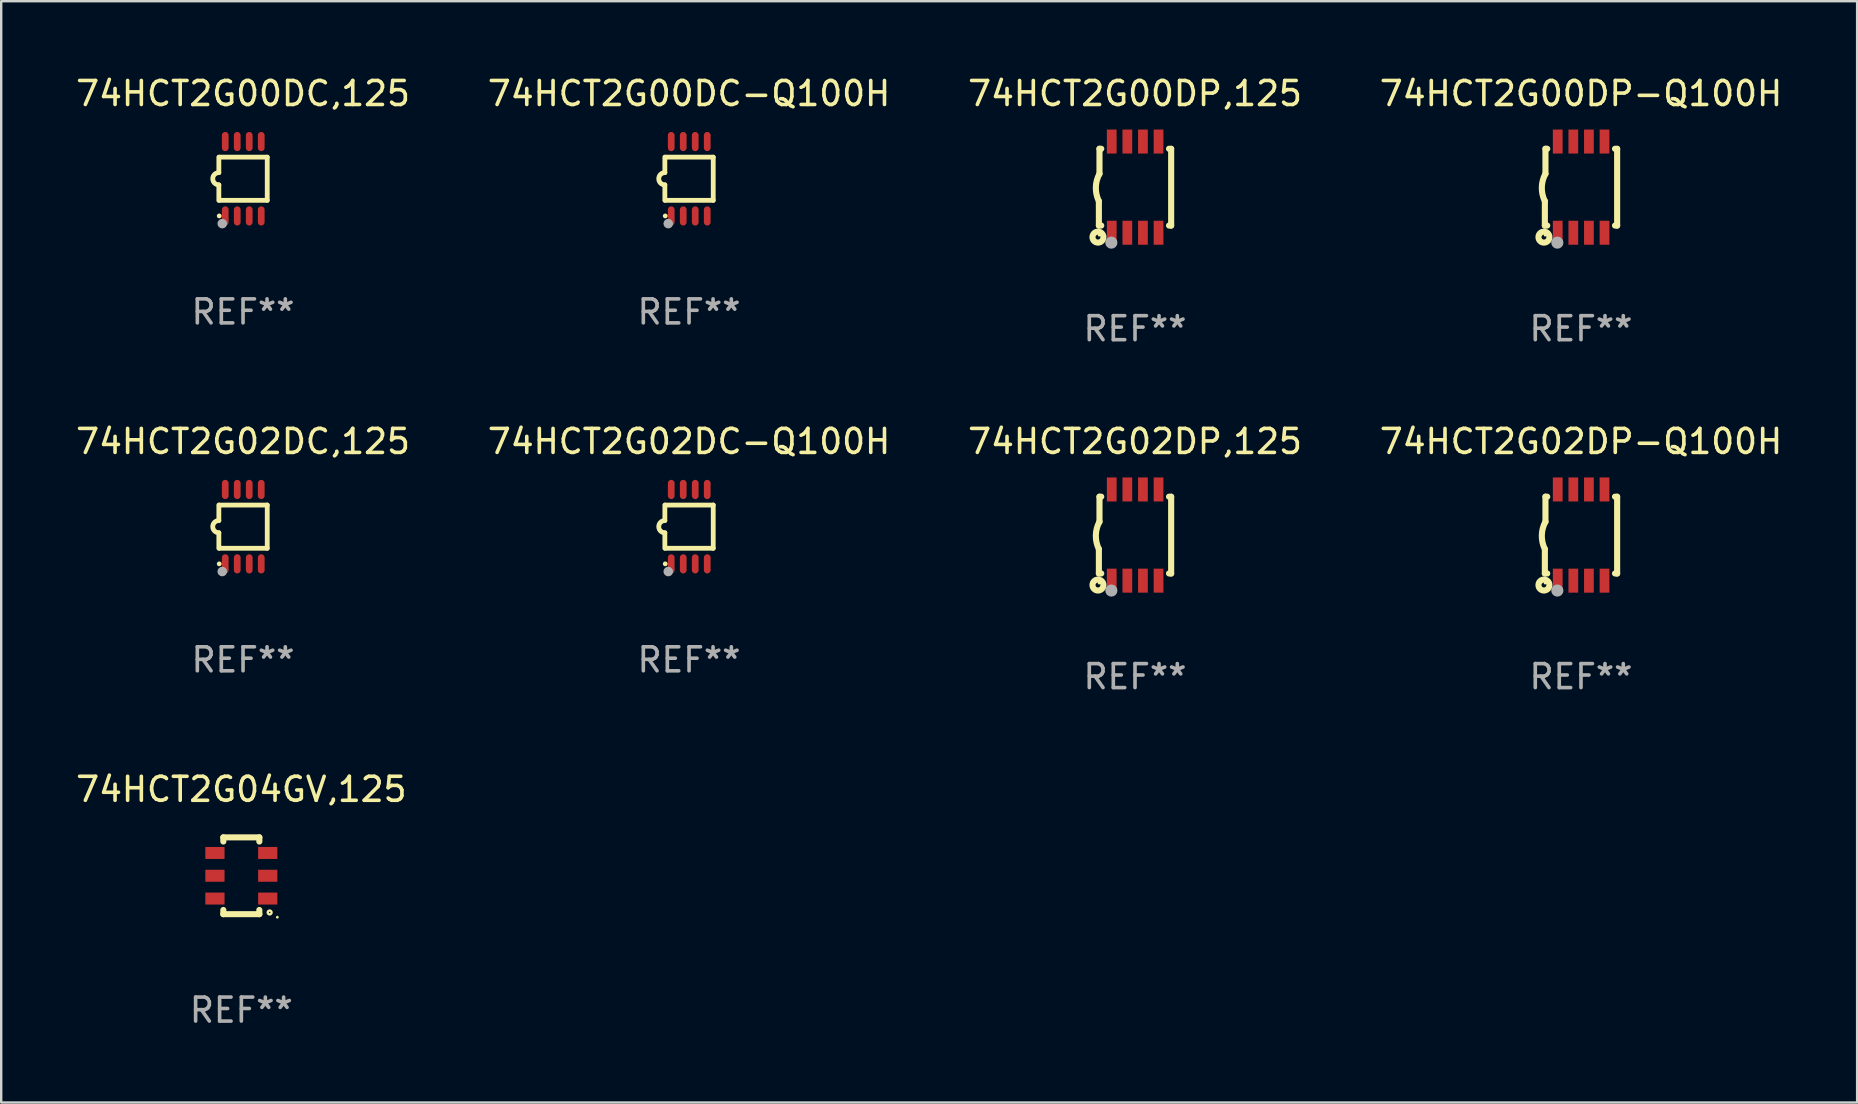
<source format=kicad_pcb>
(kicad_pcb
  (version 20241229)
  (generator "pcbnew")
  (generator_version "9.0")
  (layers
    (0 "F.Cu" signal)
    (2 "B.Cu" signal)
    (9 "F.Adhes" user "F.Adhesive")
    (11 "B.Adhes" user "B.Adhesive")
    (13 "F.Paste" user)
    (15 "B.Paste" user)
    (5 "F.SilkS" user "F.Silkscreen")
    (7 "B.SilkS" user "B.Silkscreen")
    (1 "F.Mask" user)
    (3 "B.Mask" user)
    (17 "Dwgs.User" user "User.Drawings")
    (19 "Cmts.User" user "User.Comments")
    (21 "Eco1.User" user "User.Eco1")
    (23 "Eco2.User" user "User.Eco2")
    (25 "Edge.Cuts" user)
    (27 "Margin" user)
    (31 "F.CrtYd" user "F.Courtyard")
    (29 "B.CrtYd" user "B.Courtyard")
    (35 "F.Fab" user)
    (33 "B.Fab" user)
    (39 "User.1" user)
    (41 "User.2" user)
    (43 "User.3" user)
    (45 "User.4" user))
  (footprint "74HCT2G00DC-Q100H"
    (layer "F.Cu")
    (at 25.661 4.398)
    (property "Reference" "74HCT2G00DC-Q100H" (at 0 -3.55 0) (layer "F.SilkS") (effects (font (size 1 1) (thickness 0.15))))
    (attr through_hole)
    (fp_line (start -1.008 -0.254) (end -1.008 -0.9) (stroke (width 0.2) (type solid)) (layer "F.SilkS"))
    (fp_line (start -1.008 0.254) (end -1.008 0.9) (stroke (width 0.2) (type solid)) (layer "F.SilkS"))
    (fp_line (start -0.992 0.9) (end 1.008 0.9) (stroke (width 0.2) (type solid)) (layer "F.SilkS"))
    (fp_line (start 1.008 -0.9) (end -0.992 -0.9) (stroke (width 0.2) (type solid)) (layer "F.SilkS"))
    (fp_line (start 1.008 0.9) (end 1.008 -0.9) (stroke (width 0.2) (type solid)) (layer "F.SilkS"))
    (fp_arc (start -1.008001 0.254001) (mid -1.262002 0) (end -1.008001 -0.254001) (stroke (width 0.2) (type solid)) (layer "F.SilkS"))
    (fp_circle (center -0.992 1.55) (end -0.942 1.55) (stroke (width 0.1) (type solid)) (fill no) (layer "F.SilkS"))
    (fp_circle (center -0.866 1.87) (end -0.766 1.87) (stroke (width 0.2) (type solid)) (fill no) (layer "F.Fab"))
    (fp_text user "REF**" (at 0 5.55 0) (layer "F.Fab") (effects (font (size 1 1) (thickness 0.15))))
    (pad "1" smd oval (at -0.742 1.55 270) (size 0.8 0.28) (layers "F.Cu" "F.Mask" "F.Paste"))
    (pad "2" smd oval (at -0.242 1.55 270) (size 0.8 0.28) (layers "F.Cu" "F.Mask" "F.Paste"))
    (pad "3" smd oval (at 0.258 1.55 270) (size 0.8 0.28) (layers "F.Cu" "F.Mask" "F.Paste"))
    (pad "4" smd oval (at 0.758 1.55 270) (size 0.8 0.28) (layers "F.Cu" "F.Mask" "F.Paste"))
    (pad "5" smd oval (at 0.758 -1.55 270) (size 0.8 0.28) (layers "F.Cu" "F.Mask" "F.Paste"))
    (pad "6" smd oval (at 0.258 -1.55 270) (size 0.8 0.28) (layers "F.Cu" "F.Mask" "F.Paste"))
    (pad "7" smd oval (at -0.242 -1.55 270) (size 0.8 0.28) (layers "F.Cu" "F.Mask" "F.Paste"))
    (pad "8" smd oval (at -0.742 -1.55 270) (size 0.8 0.28) (layers "F.Cu" "F.Mask" "F.Paste")))
  (footprint "74HCT2G02DC-Q100H"
    (layer "F.Cu")
    (at 25.661 18.895)
    (property "Reference" "74HCT2G02DC-Q100H" (at 0 -3.55 0) (layer "F.SilkS") (effects (font (size 1 1) (thickness 0.15))))
    (attr through_hole)
    (fp_line (start -1.008 -0.254) (end -1.008 -0.9) (stroke (width 0.2) (type solid)) (layer "F.SilkS"))
    (fp_line (start -1.008 0.254) (end -1.008 0.9) (stroke (width 0.2) (type solid)) (layer "F.SilkS"))
    (fp_line (start -0.992 0.9) (end 1.008 0.9) (stroke (width 0.2) (type solid)) (layer "F.SilkS"))
    (fp_line (start 1.008 -0.9) (end -0.992 -0.9) (stroke (width 0.2) (type solid)) (layer "F.SilkS"))
    (fp_line (start 1.008 0.9) (end 1.008 -0.9) (stroke (width 0.2) (type solid)) (layer "F.SilkS"))
    (fp_arc (start -1.008001 0.254001) (mid -1.262002 0) (end -1.008001 -0.254001) (stroke (width 0.2) (type solid)) (layer "F.SilkS"))
    (fp_circle (center -0.992 1.55) (end -0.942 1.55) (stroke (width 0.1) (type solid)) (fill no) (layer "F.SilkS"))
    (fp_circle (center -0.866 1.87) (end -0.766 1.87) (stroke (width 0.2) (type solid)) (fill no) (layer "F.Fab"))
    (fp_text user "REF**" (at 0 5.55 0) (layer "F.Fab") (effects (font (size 1 1) (thickness 0.15))))
    (pad "1" smd oval (at -0.742 1.55 270) (size 0.8 0.28) (layers "F.Cu" "F.Mask" "F.Paste"))
    (pad "2" smd oval (at -0.242 1.55 270) (size 0.8 0.28) (layers "F.Cu" "F.Mask" "F.Paste"))
    (pad "3" smd oval (at 0.258 1.55 270) (size 0.8 0.28) (layers "F.Cu" "F.Mask" "F.Paste"))
    (pad "4" smd oval (at 0.758 1.55 270) (size 0.8 0.28) (layers "F.Cu" "F.Mask" "F.Paste"))
    (pad "5" smd oval (at 0.758 -1.55 270) (size 0.8 0.28) (layers "F.Cu" "F.Mask" "F.Paste"))
    (pad "6" smd oval (at 0.258 -1.55 270) (size 0.8 0.28) (layers "F.Cu" "F.Mask" "F.Paste"))
    (pad "7" smd oval (at -0.242 -1.55 270) (size 0.8 0.28) (layers "F.Cu" "F.Mask" "F.Paste"))
    (pad "8" smd oval (at -0.742 -1.55 270) (size 0.8 0.28) (layers "F.Cu" "F.Mask" "F.Paste")))
  (footprint "74HCT2G02DC,125"
    (layer "F.Cu")
    (at 7.077 18.895)
    (property "Reference" "74HCT2G02DC,125" (at 0 -3.55 0) (layer "F.SilkS") (effects (font (size 1 1) (thickness 0.15))))
    (attr through_hole)
    (fp_line (start -1.008 -0.254) (end -1.008 -0.9) (stroke (width 0.2) (type solid)) (layer "F.SilkS"))
    (fp_line (start -1.008 0.254) (end -1.008 0.9) (stroke (width 0.2) (type solid)) (layer "F.SilkS"))
    (fp_line (start -0.992 0.9) (end 1.008 0.9) (stroke (width 0.2) (type solid)) (layer "F.SilkS"))
    (fp_line (start 1.008 -0.9) (end -0.992 -0.9) (stroke (width 0.2) (type solid)) (layer "F.SilkS"))
    (fp_line (start 1.008 0.9) (end 1.008 -0.9) (stroke (width 0.2) (type solid)) (layer "F.SilkS"))
    (fp_arc (start -1.008001 0.254001) (mid -1.262002 0) (end -1.008001 -0.254001) (stroke (width 0.2) (type solid)) (layer "F.SilkS"))
    (fp_circle (center -0.992 1.55) (end -0.942 1.55) (stroke (width 0.1) (type solid)) (fill no) (layer "F.SilkS"))
    (fp_circle (center -0.866 1.87) (end -0.766 1.87) (stroke (width 0.2) (type solid)) (fill no) (layer "F.Fab"))
    (fp_text user "REF**" (at 0 5.55 0) (layer "F.Fab") (effects (font (size 1 1) (thickness 0.15))))
    (pad "1" smd oval (at -0.742 1.55 270) (size 0.8 0.28) (layers "F.Cu" "F.Mask" "F.Paste"))
    (pad "2" smd oval (at -0.242 1.55 270) (size 0.8 0.28) (layers "F.Cu" "F.Mask" "F.Paste"))
    (pad "3" smd oval (at 0.258 1.55 270) (size 0.8 0.28) (layers "F.Cu" "F.Mask" "F.Paste"))
    (pad "4" smd oval (at 0.758 1.55 270) (size 0.8 0.28) (layers "F.Cu" "F.Mask" "F.Paste"))
    (pad "5" smd oval (at 0.758 -1.55 270) (size 0.8 0.28) (layers "F.Cu" "F.Mask" "F.Paste"))
    (pad "6" smd oval (at 0.258 -1.55 270) (size 0.8 0.28) (layers "F.Cu" "F.Mask" "F.Paste"))
    (pad "7" smd oval (at -0.242 -1.55 270) (size 0.8 0.28) (layers "F.Cu" "F.Mask" "F.Paste"))
    (pad "8" smd oval (at -0.742 -1.55 270) (size 0.8 0.28) (layers "F.Cu" "F.Mask" "F.Paste")))
  (footprint "74HCT2G00DC,125"
    (layer "F.Cu")
    (at 7.077 4.398)
    (property "Reference" "74HCT2G00DC,125" (at 0 -3.55 0) (layer "F.SilkS") (effects (font (size 1 1) (thickness 0.15))))
    (attr through_hole)
    (fp_line (start -1.008 -0.254) (end -1.008 -0.9) (stroke (width 0.2) (type solid)) (layer "F.SilkS"))
    (fp_line (start -1.008 0.254) (end -1.008 0.9) (stroke (width 0.2) (type solid)) (layer "F.SilkS"))
    (fp_line (start -0.992 0.9) (end 1.008 0.9) (stroke (width 0.2) (type solid)) (layer "F.SilkS"))
    (fp_line (start 1.008 -0.9) (end -0.992 -0.9) (stroke (width 0.2) (type solid)) (layer "F.SilkS"))
    (fp_line (start 1.008 0.9) (end 1.008 -0.9) (stroke (width 0.2) (type solid)) (layer "F.SilkS"))
    (fp_arc (start -1.008001 0.254001) (mid -1.262002 0) (end -1.008001 -0.254001) (stroke (width 0.2) (type solid)) (layer "F.SilkS"))
    (fp_circle (center -0.992 1.55) (end -0.942 1.55) (stroke (width 0.1) (type solid)) (fill no) (layer "F.SilkS"))
    (fp_circle (center -0.866 1.87) (end -0.766 1.87) (stroke (width 0.2) (type solid)) (fill no) (layer "F.Fab"))
    (fp_text user "REF**" (at 0 5.55 0) (layer "F.Fab") (effects (font (size 1 1) (thickness 0.15))))
    (pad "1" smd oval (at -0.742 1.55 270) (size 0.8 0.28) (layers "F.Cu" "F.Mask" "F.Paste"))
    (pad "2" smd oval (at -0.242 1.55 270) (size 0.8 0.28) (layers "F.Cu" "F.Mask" "F.Paste"))
    (pad "3" smd oval (at 0.258 1.55 270) (size 0.8 0.28) (layers "F.Cu" "F.Mask" "F.Paste"))
    (pad "4" smd oval (at 0.758 1.55 270) (size 0.8 0.28) (layers "F.Cu" "F.Mask" "F.Paste"))
    (pad "5" smd oval (at 0.758 -1.55 270) (size 0.8 0.28) (layers "F.Cu" "F.Mask" "F.Paste"))
    (pad "6" smd oval (at 0.258 -1.55 270) (size 0.8 0.28) (layers "F.Cu" "F.Mask" "F.Paste"))
    (pad "7" smd oval (at -0.242 -1.55 270) (size 0.8 0.28) (layers "F.Cu" "F.Mask" "F.Paste"))
    (pad "8" smd oval (at -0.742 -1.55 270) (size 0.8 0.28) (layers "F.Cu" "F.Mask" "F.Paste")))
  (footprint "74HCT2G00DP-Q100H"
    (layer "F.Cu")
    (at 62.827 4.748)
    (property "Reference" "74HCT2G00DP-Q100H" (at 0 -3.9 0) (layer "F.SilkS") (effects (font (size 1 1) (thickness 0.15))))
    (attr through_hole)
    (fp_line (start -1.506 1.6) (end -1.506 0.584) (stroke (width 0.254) (type solid)) (layer "F.SilkS"))
    (fp_line (start -1.506 1.6) (end -1.407 1.6) (stroke (width 0.254) (type solid)) (layer "F.SilkS"))
    (fp_line (start -1.481 -1.599) (end -1.481 -0.549) (stroke (width 0.254) (type solid)) (layer "F.SilkS"))
    (fp_line (start -1.481 -1.599) (end -1.407 -1.599) (stroke (width 0.254) (type solid)) (layer "F.SilkS"))
    (fp_line (start 1.417 -1.599) (end 1.506 -1.599) (stroke (width 0.254) (type solid)) (layer "F.SilkS"))
    (fp_line (start 1.417 1.6) (end 1.506 1.6) (stroke (width 0.254) (type solid)) (layer "F.SilkS"))
    (fp_line (start 1.506 1.603) (end 1.506 -1.595) (stroke (width 0.254) (type solid)) (layer "F.SilkS"))
    (fp_arc (start -1.506223 0.584328) (mid -1.632455 0.00974) (end -1.480823 -0.558674) (stroke (width 0.254001) (type solid)) (layer "F.SilkS"))
    (fp_circle (center -1.544 2.083) (end -1.443 2.083) (stroke (width 0.254) (type solid)) (fill no) (layer "F.SilkS"))
    (fp_circle (center -1.495 2) (end -1.465 2) (stroke (width 0.06) (type solid)) (fill no) (layer "F.SilkS"))
    (fp_circle (center -0.986 2.312) (end -0.859 2.312) (stroke (width 0.254) (type solid)) (fill no) (layer "F.Fab"))
    (fp_text user "REF**" (at 0 5.9 0) (layer "F.Fab") (effects (font (size 1 1) (thickness 0.15))))
    (pad "1" smd rect (at -0.97 1.9 90) (size 1 0.406) (layers "F.Cu" "F.Mask" "F.Paste"))
    (pad "2" smd rect (at -0.32 1.9 90) (size 1 0.406) (layers "F.Cu" "F.Mask" "F.Paste"))
    (pad "3" smd rect (at 0.33 1.9 90) (size 1 0.406) (layers "F.Cu" "F.Mask" "F.Paste"))
    (pad "4" smd rect (at 0.98 1.9 90) (size 1 0.406) (layers "F.Cu" "F.Mask" "F.Paste"))
    (pad "5" smd rect (at 0.98 -1.9 90) (size 1 0.406) (layers "F.Cu" "F.Mask" "F.Paste"))
    (pad "6" smd rect (at 0.33 -1.9 90) (size 1 0.406) (layers "F.Cu" "F.Mask" "F.Paste"))
    (pad "7" smd rect (at -0.32 -1.9 90) (size 1 0.406) (layers "F.Cu" "F.Mask" "F.Paste"))
    (pad "8" smd rect (at -0.97 -1.9 90) (size 1 0.406) (layers "F.Cu" "F.Mask" "F.Paste")))
  (footprint "74HCT2G00DP,125"
    (layer "F.Cu")
    (at 44.244 4.748)
    (property "Reference" "74HCT2G00DP,125" (at 0 -3.9 0) (layer "F.SilkS") (effects (font (size 1 1) (thickness 0.15))))
    (attr through_hole)
    (fp_line (start -1.506 1.6) (end -1.506 0.584) (stroke (width 0.254) (type solid)) (layer "F.SilkS"))
    (fp_line (start -1.506 1.6) (end -1.407 1.6) (stroke (width 0.254) (type solid)) (layer "F.SilkS"))
    (fp_line (start -1.481 -1.599) (end -1.481 -0.549) (stroke (width 0.254) (type solid)) (layer "F.SilkS"))
    (fp_line (start -1.481 -1.599) (end -1.407 -1.599) (stroke (width 0.254) (type solid)) (layer "F.SilkS"))
    (fp_line (start 1.417 -1.599) (end 1.506 -1.599) (stroke (width 0.254) (type solid)) (layer "F.SilkS"))
    (fp_line (start 1.417 1.6) (end 1.506 1.6) (stroke (width 0.254) (type solid)) (layer "F.SilkS"))
    (fp_line (start 1.506 1.603) (end 1.506 -1.595) (stroke (width 0.254) (type solid)) (layer "F.SilkS"))
    (fp_arc (start -1.506223 0.584328) (mid -1.632455 0.00974) (end -1.480823 -0.558674) (stroke (width 0.254001) (type solid)) (layer "F.SilkS"))
    (fp_circle (center -1.544 2.083) (end -1.443 2.083) (stroke (width 0.254) (type solid)) (fill no) (layer "F.SilkS"))
    (fp_circle (center -1.495 2) (end -1.465 2) (stroke (width 0.06) (type solid)) (fill no) (layer "F.SilkS"))
    (fp_circle (center -0.986 2.312) (end -0.859 2.312) (stroke (width 0.254) (type solid)) (fill no) (layer "F.Fab"))
    (fp_text user "REF**" (at 0 5.9 0) (layer "F.Fab") (effects (font (size 1 1) (thickness 0.15))))
    (pad "1" smd rect (at -0.97 1.9 90) (size 1 0.406) (layers "F.Cu" "F.Mask" "F.Paste"))
    (pad "2" smd rect (at -0.32 1.9 90) (size 1 0.406) (layers "F.Cu" "F.Mask" "F.Paste"))
    (pad "3" smd rect (at 0.33 1.9 90) (size 1 0.406) (layers "F.Cu" "F.Mask" "F.Paste"))
    (pad "4" smd rect (at 0.98 1.9 90) (size 1 0.406) (layers "F.Cu" "F.Mask" "F.Paste"))
    (pad "5" smd rect (at 0.98 -1.9 90) (size 1 0.406) (layers "F.Cu" "F.Mask" "F.Paste"))
    (pad "6" smd rect (at 0.33 -1.9 90) (size 1 0.406) (layers "F.Cu" "F.Mask" "F.Paste"))
    (pad "7" smd rect (at -0.32 -1.9 90) (size 1 0.406) (layers "F.Cu" "F.Mask" "F.Paste"))
    (pad "8" smd rect (at -0.97 -1.9 90) (size 1 0.406) (layers "F.Cu" "F.Mask" "F.Paste")))
  (footprint "74HCT2G02DP-Q100H"
    (layer "F.Cu")
    (at 62.827 19.245)
    (property "Reference" "74HCT2G02DP-Q100H" (at 0 -3.9 0) (layer "F.SilkS") (effects (font (size 1 1) (thickness 0.15))))
    (attr through_hole)
    (fp_line (start -1.506 1.6) (end -1.506 0.584) (stroke (width 0.254) (type solid)) (layer "F.SilkS"))
    (fp_line (start -1.506 1.6) (end -1.407 1.6) (stroke (width 0.254) (type solid)) (layer "F.SilkS"))
    (fp_line (start -1.481 -1.599) (end -1.481 -0.549) (stroke (width 0.254) (type solid)) (layer "F.SilkS"))
    (fp_line (start -1.481 -1.599) (end -1.407 -1.599) (stroke (width 0.254) (type solid)) (layer "F.SilkS"))
    (fp_line (start 1.417 -1.599) (end 1.506 -1.599) (stroke (width 0.254) (type solid)) (layer "F.SilkS"))
    (fp_line (start 1.417 1.6) (end 1.506 1.6) (stroke (width 0.254) (type solid)) (layer "F.SilkS"))
    (fp_line (start 1.506 1.603) (end 1.506 -1.595) (stroke (width 0.254) (type solid)) (layer "F.SilkS"))
    (fp_arc (start -1.506223 0.584328) (mid -1.632455 0.00974) (end -1.480823 -0.558674) (stroke (width 0.254001) (type solid)) (layer "F.SilkS"))
    (fp_circle (center -1.544 2.083) (end -1.443 2.083) (stroke (width 0.254) (type solid)) (fill no) (layer "F.SilkS"))
    (fp_circle (center -1.495 2) (end -1.465 2) (stroke (width 0.06) (type solid)) (fill no) (layer "F.SilkS"))
    (fp_circle (center -0.986 2.312) (end -0.859 2.312) (stroke (width 0.254) (type solid)) (fill no) (layer "F.Fab"))
    (fp_text user "REF**" (at 0 5.9 0) (layer "F.Fab") (effects (font (size 1 1) (thickness 0.15))))
    (pad "1" smd rect (at -0.97 1.9 90) (size 1 0.406) (layers "F.Cu" "F.Mask" "F.Paste"))
    (pad "2" smd rect (at -0.32 1.9 90) (size 1 0.406) (layers "F.Cu" "F.Mask" "F.Paste"))
    (pad "3" smd rect (at 0.33 1.9 90) (size 1 0.406) (layers "F.Cu" "F.Mask" "F.Paste"))
    (pad "4" smd rect (at 0.98 1.9 90) (size 1 0.406) (layers "F.Cu" "F.Mask" "F.Paste"))
    (pad "5" smd rect (at 0.98 -1.9 90) (size 1 0.406) (layers "F.Cu" "F.Mask" "F.Paste"))
    (pad "6" smd rect (at 0.33 -1.9 90) (size 1 0.406) (layers "F.Cu" "F.Mask" "F.Paste"))
    (pad "7" smd rect (at -0.32 -1.9 90) (size 1 0.406) (layers "F.Cu" "F.Mask" "F.Paste"))
    (pad "8" smd rect (at -0.97 -1.9 90) (size 1 0.406) (layers "F.Cu" "F.Mask" "F.Paste")))
  (footprint "74HCT2G02DP,125"
    (layer "F.Cu")
    (at 44.244 19.245)
    (property "Reference" "74HCT2G02DP,125" (at 0 -3.9 0) (layer "F.SilkS") (effects (font (size 1 1) (thickness 0.15))))
    (attr through_hole)
    (fp_line (start -1.506 1.6) (end -1.506 0.584) (stroke (width 0.254) (type solid)) (layer "F.SilkS"))
    (fp_line (start -1.506 1.6) (end -1.407 1.6) (stroke (width 0.254) (type solid)) (layer "F.SilkS"))
    (fp_line (start -1.481 -1.599) (end -1.481 -0.549) (stroke (width 0.254) (type solid)) (layer "F.SilkS"))
    (fp_line (start -1.481 -1.599) (end -1.407 -1.599) (stroke (width 0.254) (type solid)) (layer "F.SilkS"))
    (fp_line (start 1.417 -1.599) (end 1.506 -1.599) (stroke (width 0.254) (type solid)) (layer "F.SilkS"))
    (fp_line (start 1.417 1.6) (end 1.506 1.6) (stroke (width 0.254) (type solid)) (layer "F.SilkS"))
    (fp_line (start 1.506 1.603) (end 1.506 -1.595) (stroke (width 0.254) (type solid)) (layer "F.SilkS"))
    (fp_arc (start -1.506223 0.584328) (mid -1.632455 0.00974) (end -1.480823 -0.558674) (stroke (width 0.254001) (type solid)) (layer "F.SilkS"))
    (fp_circle (center -1.544 2.083) (end -1.443 2.083) (stroke (width 0.254) (type solid)) (fill no) (layer "F.SilkS"))
    (fp_circle (center -1.495 2) (end -1.465 2) (stroke (width 0.06) (type solid)) (fill no) (layer "F.SilkS"))
    (fp_circle (center -0.986 2.312) (end -0.859 2.312) (stroke (width 0.254) (type solid)) (fill no) (layer "F.Fab"))
    (fp_text user "REF**" (at 0 5.9 0) (layer "F.Fab") (effects (font (size 1 1) (thickness 0.15))))
    (pad "1" smd rect (at -0.97 1.9 90) (size 1 0.406) (layers "F.Cu" "F.Mask" "F.Paste"))
    (pad "2" smd rect (at -0.32 1.9 90) (size 1 0.406) (layers "F.Cu" "F.Mask" "F.Paste"))
    (pad "3" smd rect (at 0.33 1.9 90) (size 1 0.406) (layers "F.Cu" "F.Mask" "F.Paste"))
    (pad "4" smd rect (at 0.98 1.9 90) (size 1 0.406) (layers "F.Cu" "F.Mask" "F.Paste"))
    (pad "5" smd rect (at 0.98 -1.9 90) (size 1 0.406) (layers "F.Cu" "F.Mask" "F.Paste"))
    (pad "6" smd rect (at 0.33 -1.9 90) (size 1 0.406) (layers "F.Cu" "F.Mask" "F.Paste"))
    (pad "7" smd rect (at -0.32 -1.9 90) (size 1 0.406) (layers "F.Cu" "F.Mask" "F.Paste"))
    (pad "8" smd rect (at -0.97 -1.9 90) (size 1 0.406) (layers "F.Cu" "F.Mask" "F.Paste")))
  (footprint "74HCT2G04GV,125"
    (layer "F.Cu")
    (at 7.006 33.441)
    (property "Reference" "74HCT2G04GV,125" (at 0 -3.6 0) (layer "F.SilkS") (effects (font (size 1 1) (thickness 0.15))))
    (attr through_hole)
    (fp_line (start -0.75 -1.6) (end -0.75 -1.426) (stroke (width 0.254) (type solid)) (layer "F.SilkS"))
    (fp_line (start -0.75 -1.6) (end 0.75 -1.6) (stroke (width 0.254) (type solid)) (layer "F.SilkS"))
    (fp_line (start -0.75 1.426) (end -0.75 1.6) (stroke (width 0.254) (type solid)) (layer "F.SilkS"))
    (fp_line (start -0.75 1.6) (end 0.75 1.6) (stroke (width 0.254) (type solid)) (layer "F.SilkS"))
    (fp_line (start 0.75 -1.6) (end 0.75 -1.426) (stroke (width 0.254) (type solid)) (layer "F.SilkS"))
    (fp_line (start 0.75 1.426) (end 0.75 1.6) (stroke (width 0.254) (type solid)) (layer "F.SilkS"))
    (fp_circle (center 1.18 1.53) (end 1.26 1.53) (stroke (width 0.1) (type solid)) (fill no) (layer "F.SilkS"))
    (fp_circle (center 1.5 1.727) (end 1.53 1.727) (stroke (width 0.06) (type solid)) (fill no) (layer "F.SilkS"))
    (fp_text user "REF**" (at 0 5.6 0) (layer "F.Fab") (effects (font (size 1 1) (thickness 0.15))))
    (pad "1" smd rect (at 1.1 0.95 90) (size 0.5 0.8) (layers "F.Cu" "F.Mask" "F.Paste"))
    (pad "2" smd rect (at 1.1 0 90) (size 0.5 0.8) (layers "F.Cu" "F.Mask" "F.Paste"))
    (pad "3" smd rect (at 1.1 -0.95 90) (size 0.5 0.8) (layers "F.Cu" "F.Mask" "F.Paste"))
    (pad "4" smd rect (at -1.1 -0.95 90) (size 0.5 0.8) (layers "F.Cu" "F.Mask" "F.Paste"))
    (pad "5" smd rect (at -1.1 0 90) (size 0.5 0.8) (layers "F.Cu" "F.Mask" "F.Paste"))
    (pad "6" smd rect (at -1.1 0.95 90) (size 0.5 0.8) (layers "F.Cu" "F.Mask" "F.Paste")))
  (gr_rect
    (start -3 -3)
    (end 74.333 42.89)
    (stroke (width 0.1) (type default))
    (fill no)
    (layer "Edge.Cuts")))
</source>
